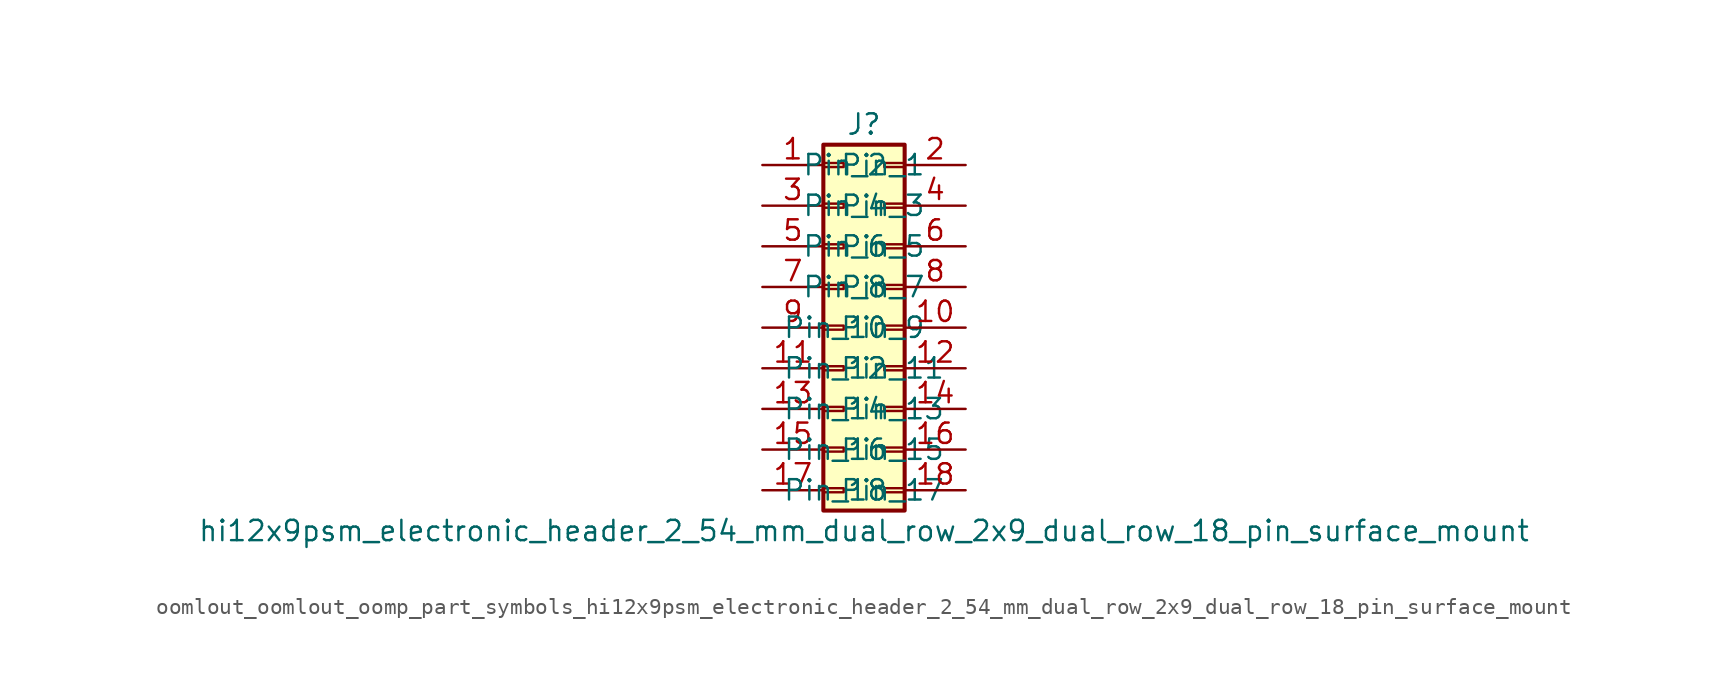
<source format=kicad_sym>
(kicad_symbol_lib
  (version 20220914)
  (generator kicad_symbol_editor)
  (symbol "oomlout_oomlout_oomp_part_symbols_hi12x9psm_electronic_header_2_54_mm_dual_row_2x9_dual_row_18_pin_surface_mount"
    (pin_names
      (offset 1.016))
    (property "Reference" "J"
      (at 1.27 12.7 0)
      (effects (font (size 1.27 1.27))))
    (property "Value" "hi12x9psm_electronic_header_2_54_mm_dual_row_2x9_dual_row_18_pin_surface_mount"
      (at 1.27 -12.7 0)
      (effects (font (size 1.27 1.27))))
    (symbol "oomlout_oomlout_oomp_part_symbols_hi12x9psm_electronic_header_2_54_mm_dual_row_2x9_dual_row_18_pin_surface_mount_1_1"
      (rectangle (start -1.27 -10.033) (end 0 -10.287) (stroke (width 0.152) (type default)) (fill (type none)))
      (rectangle (start -1.27 -7.493) (end 0 -7.747) (stroke (width 0.152) (type default)) (fill (type none)))
      (rectangle (start -1.27 -4.953) (end 0 -5.207) (stroke (width 0.152) (type default)) (fill (type none)))
      (rectangle (start -1.27 -2.413) (end 0 -2.667) (stroke (width 0.152) (type default)) (fill (type none)))
      (rectangle (start -1.27 0.127) (end 0 -0.127) (stroke (width 0.152) (type default)) (fill (type none)))
      (rectangle (start -1.27 2.667) (end 0 2.413) (stroke (width 0.152) (type default)) (fill (type none)))
      (rectangle (start -1.27 5.207) (end 0 4.953) (stroke (width 0.152) (type default)) (fill (type none)))
      (rectangle (start -1.27 7.747) (end 0 7.493) (stroke (width 0.152) (type default)) (fill (type none)))
      (rectangle (start -1.27 10.287) (end 0 10.033) (stroke (width 0.152) (type default)) (fill (type none)))
      (rectangle (start -1.27 11.43) (end 3.81 -11.43) (stroke (width 0.254) (type default)) (fill (type background)))
      (rectangle (start 3.81 -10.033) (end 2.54 -10.287) (stroke (width 0.152) (type default)) (fill (type none)))
      (rectangle (start 3.81 -7.493) (end 2.54 -7.747) (stroke (width 0.152) (type default)) (fill (type none)))
      (rectangle (start 3.81 -4.953) (end 2.54 -5.207) (stroke (width 0.152) (type default)) (fill (type none)))
      (rectangle (start 3.81 -2.413) (end 2.54 -2.667) (stroke (width 0.152) (type default)) (fill (type none)))
      (rectangle (start 3.81 0.127) (end 2.54 -0.127) (stroke (width 0.152) (type default)) (fill (type none)))
      (rectangle (start 3.81 2.667) (end 2.54 2.413) (stroke (width 0.152) (type default)) (fill (type none)))
      (rectangle (start 3.81 5.207) (end 2.54 4.953) (stroke (width 0.152) (type default)) (fill (type none)))
      (rectangle (start 3.81 7.747) (end 2.54 7.493) (stroke (width 0.152) (type default)) (fill (type none)))
      (rectangle (start 3.81 10.287) (end 2.54 10.033) (stroke (width 0.152) (type default)) (fill (type none)))
      (pin passive line (at -5.08 10.16 0) (length 3.81) (name "Pin_1" (effects (font (size 1.27 1.27)))) (number "1" (effects (font (size 1.27 1.27)))))
      (pin passive line (at 7.62 0 180) (length 3.81) (name "Pin_10" (effects (font (size 1.27 1.27)))) (number "10" (effects (font (size 1.27 1.27)))))
      (pin passive line (at -5.08 -2.54 0) (length 3.81) (name "Pin_11" (effects (font (size 1.27 1.27)))) (number "11" (effects (font (size 1.27 1.27)))))
      (pin passive line (at 7.62 -2.54 180) (length 3.81) (name "Pin_12" (effects (font (size 1.27 1.27)))) (number "12" (effects (font (size 1.27 1.27)))))
      (pin passive line (at -5.08 -5.08 0) (length 3.81) (name "Pin_13" (effects (font (size 1.27 1.27)))) (number "13" (effects (font (size 1.27 1.27)))))
      (pin passive line (at 7.62 -5.08 180) (length 3.81) (name "Pin_14" (effects (font (size 1.27 1.27)))) (number "14" (effects (font (size 1.27 1.27)))))
      (pin passive line (at -5.08 -7.62 0) (length 3.81) (name "Pin_15" (effects (font (size 1.27 1.27)))) (number "15" (effects (font (size 1.27 1.27)))))
      (pin passive line (at 7.62 -7.62 180) (length 3.81) (name "Pin_16" (effects (font (size 1.27 1.27)))) (number "16" (effects (font (size 1.27 1.27)))))
      (pin passive line (at -5.08 -10.16 0) (length 3.81) (name "Pin_17" (effects (font (size 1.27 1.27)))) (number "17" (effects (font (size 1.27 1.27)))))
      (pin passive line (at 7.62 -10.16 180) (length 3.81) (name "Pin_18" (effects (font (size 1.27 1.27)))) (number "18" (effects (font (size 1.27 1.27)))))
      (pin passive line (at 7.62 10.16 180) (length 3.81) (name "Pin_2" (effects (font (size 1.27 1.27)))) (number "2" (effects (font (size 1.27 1.27)))))
      (pin passive line (at -5.08 7.62 0) (length 3.81) (name "Pin_3" (effects (font (size 1.27 1.27)))) (number "3" (effects (font (size 1.27 1.27)))))
      (pin passive line (at 7.62 7.62 180) (length 3.81) (name "Pin_4" (effects (font (size 1.27 1.27)))) (number "4" (effects (font (size 1.27 1.27)))))
      (pin passive line (at -5.08 5.08 0) (length 3.81) (name "Pin_5" (effects (font (size 1.27 1.27)))) (number "5" (effects (font (size 1.27 1.27)))))
      (pin passive line (at 7.62 5.08 180) (length 3.81) (name "Pin_6" (effects (font (size 1.27 1.27)))) (number "6" (effects (font (size 1.27 1.27)))))
      (pin passive line (at -5.08 2.54 0) (length 3.81) (name "Pin_7" (effects (font (size 1.27 1.27)))) (number "7" (effects (font (size 1.27 1.27)))))
      (pin passive line (at 7.62 2.54 180) (length 3.81) (name "Pin_8" (effects (font (size 1.27 1.27)))) (number "8" (effects (font (size 1.27 1.27)))))
      (pin passive line (at -5.08 0 0) (length 3.81) (name "Pin_9" (effects (font (size 1.27 1.27)))) (number "9" (effects (font (size 1.27 1.27))))))))
</source>
